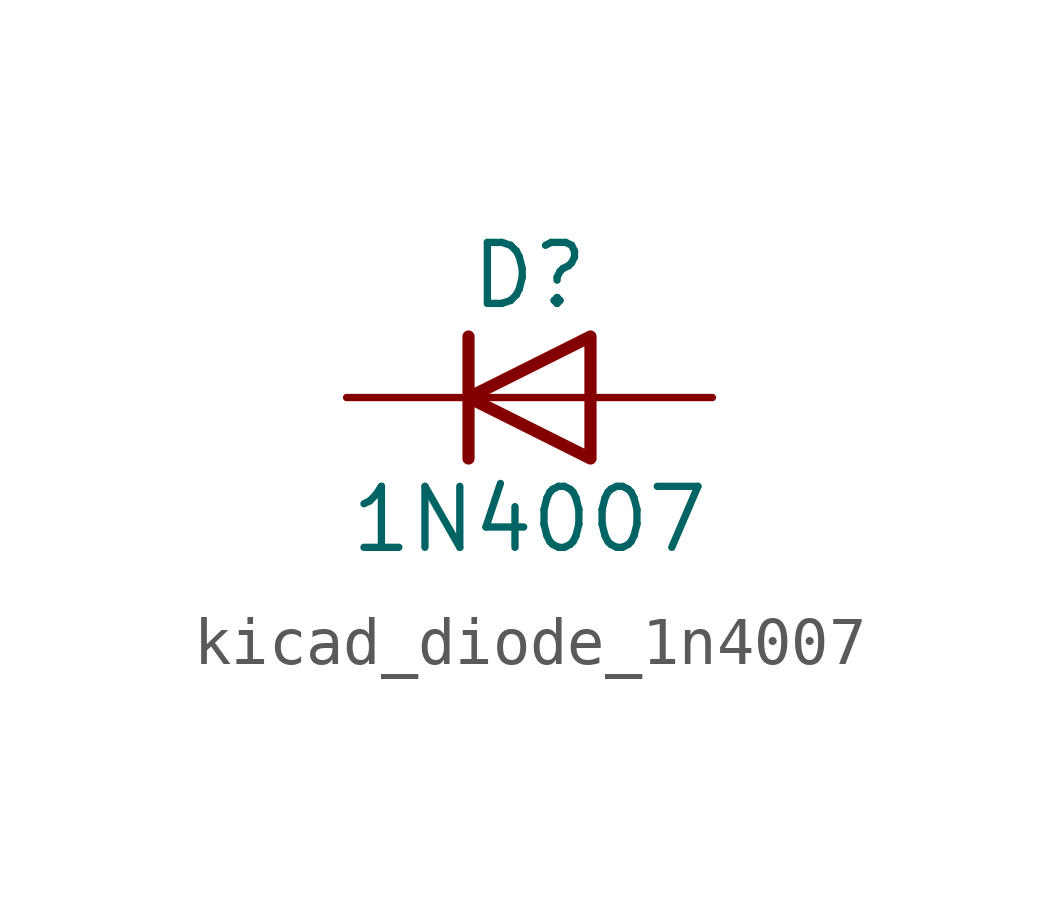
<source format=kicad_sym>
(kicad_symbol_lib
  (version 20220914)
  (generator kicad_symbol_editor)
  (symbol "kicad_diode_1n4007"
    (pin_numbers hide)
    (pin_names hide)
    (property "Reference" "D"
      (at 0 2.54 0)
      (effects (font (size 1.27 1.27))))
    (property "Value" "1N4007"
      (at 0 -2.54 0)
      (effects (font (size 1.27 1.27))))
    (symbol "kicad_diode_1n4007_0_1"
      (polyline (pts (xy -1.27 1.27) (xy -1.27 -1.27)) (stroke (width 0.254) (type default)) (fill (type none)))
      (polyline (pts (xy 1.27 0) (xy -1.27 0)) (stroke (width 0) (type default)) (fill (type none)))
      (polyline (pts (xy 1.27 1.27) (xy 1.27 -1.27) (xy -1.27 0) (xy 1.27 1.27)) (stroke (width 0.254) (type default)) (fill (type none))))
    (symbol "kicad_diode_1n4007_1_1"
      (pin passive line (at -3.81 0 0) (length 2.54) (name "K" (effects (font (size 1.27 1.27)))) (number "1" (effects (font (size 1.27 1.27)))))
      (pin passive line (at 3.81 0 180) (length 2.54) (name "A" (effects (font (size 1.27 1.27)))) (number "2" (effects (font (size 1.27 1.27))))))))
</source>
